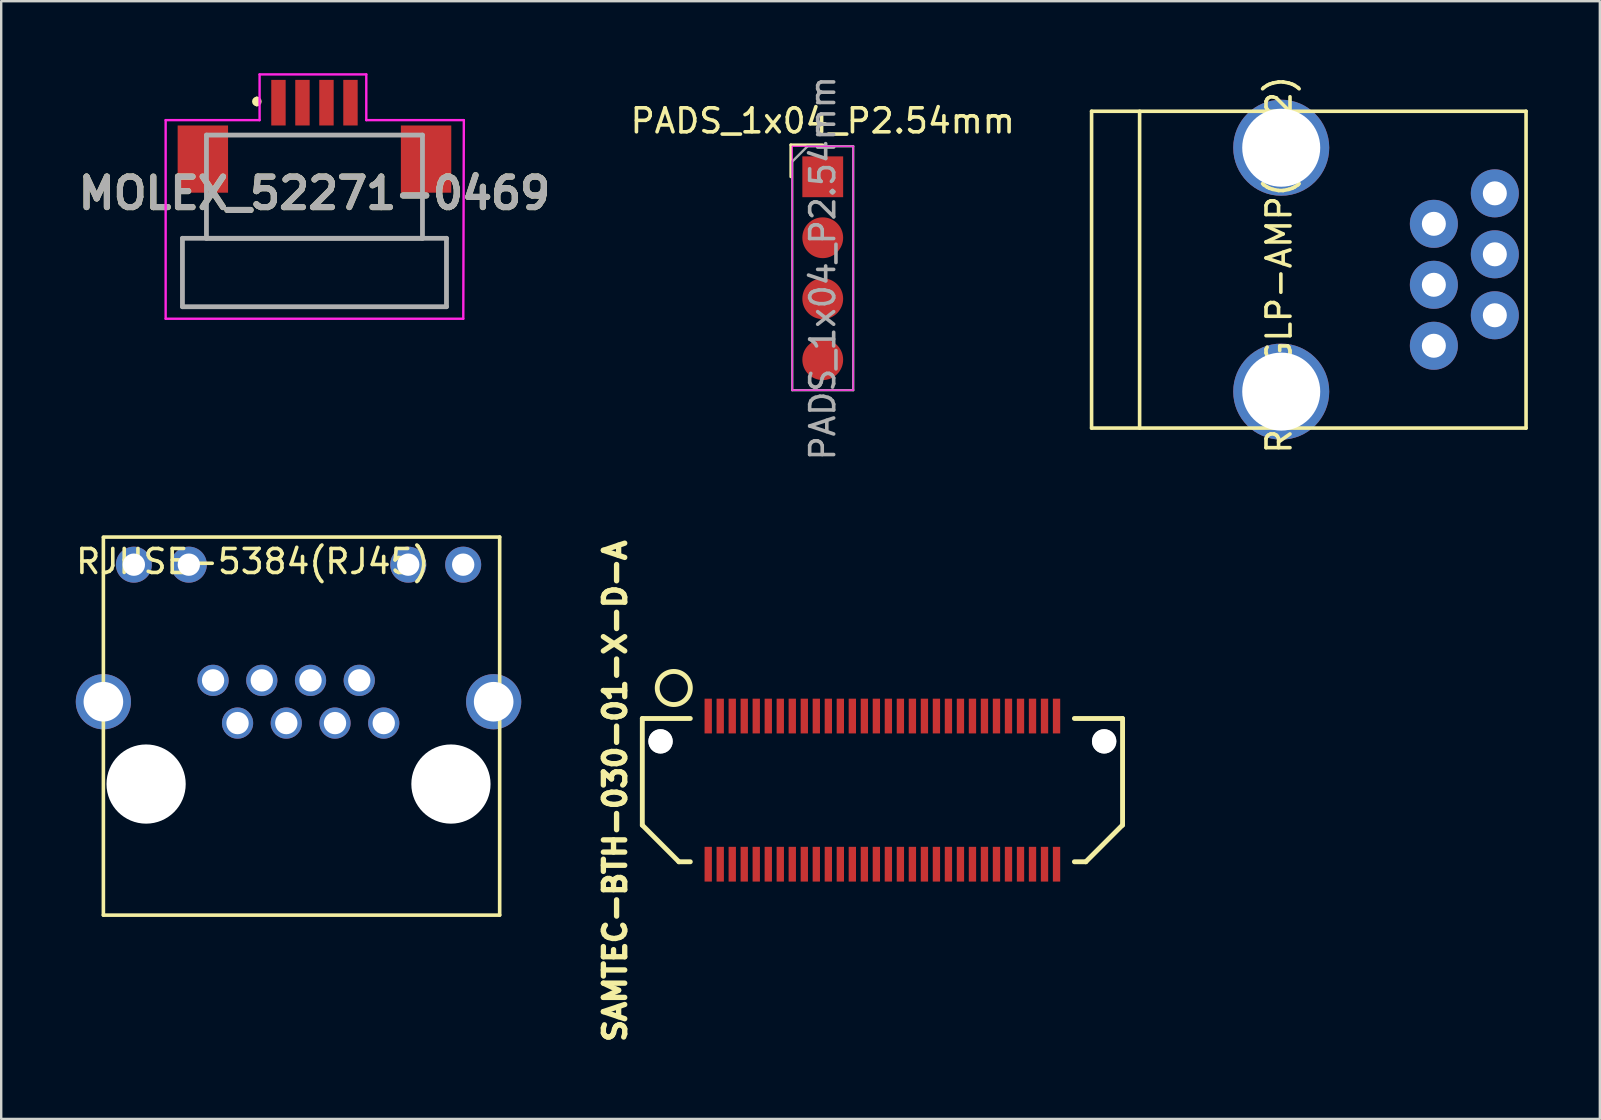
<source format=kicad_pcb>
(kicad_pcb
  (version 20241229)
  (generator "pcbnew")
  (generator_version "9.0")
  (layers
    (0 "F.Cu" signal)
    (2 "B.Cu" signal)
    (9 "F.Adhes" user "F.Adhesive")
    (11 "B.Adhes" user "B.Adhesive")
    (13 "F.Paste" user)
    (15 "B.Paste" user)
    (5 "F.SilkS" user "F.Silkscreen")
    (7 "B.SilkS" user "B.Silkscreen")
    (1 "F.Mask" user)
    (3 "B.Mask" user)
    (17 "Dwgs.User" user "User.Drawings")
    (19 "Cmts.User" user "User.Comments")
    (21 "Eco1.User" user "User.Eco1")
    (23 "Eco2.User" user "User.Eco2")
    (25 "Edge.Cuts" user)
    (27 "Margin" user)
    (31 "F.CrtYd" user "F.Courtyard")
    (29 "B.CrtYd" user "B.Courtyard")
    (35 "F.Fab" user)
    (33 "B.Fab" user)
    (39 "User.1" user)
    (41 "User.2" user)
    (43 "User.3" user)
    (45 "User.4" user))
  (footprint "SAMTEC-BTH-030-01-X-D-A"
    (layer "F.Cu")
    (at 33.71 29.868)
    (property "Reference" "SAMTEC-BTH-030-01-X-D-A" (at -11.133 0.041 90) (layer "F.SilkS") (effects (font (size 0.889 0.889) (thickness 0.305))))
    (attr smd)
    (fp_line (start -10 -2.985) (end -10 1.46) (stroke (width 0.203) (type solid)) (layer "F.SilkS"))
    (fp_line (start -10 1.46) (end -8.476 2.985) (stroke (width 0.203) (type solid)) (layer "F.SilkS"))
    (fp_line (start -8.001 -2.985) (end -10 -2.985) (stroke (width 0.203) (type solid)) (layer "F.SilkS"))
    (fp_line (start -8.001 2.985) (end -8.476 2.985) (stroke (width 0.203) (type solid)) (layer "F.SilkS"))
    (fp_line (start 8.001 -2.985) (end 10 -2.985) (stroke (width 0.203) (type solid)) (layer "F.SilkS"))
    (fp_line (start 8.001 2.985) (end 8.476 2.985) (stroke (width 0.203) (type solid)) (layer "F.SilkS"))
    (fp_line (start 10 1.46) (end 8.476 2.985) (stroke (width 0.203) (type solid)) (layer "F.SilkS"))
    (fp_line (start 10.008 -2.985) (end 10.008 1.46) (stroke (width 0.203) (type solid)) (layer "F.SilkS"))
    (fp_circle (center -8.689 -4.255) (end -9.101 -4.808) (stroke (width 0.203) (type solid)) (fill no) (layer "F.SilkS"))
    (pad "" np_thru_hole circle (at -9.241 -2.032) (size 1.016 1.016) (drill 1.016) (layers "*.Cu" "*.Mask" "Dwgs.User"))
    (pad "" np_thru_hole circle (at 9.241 -2.032) (size 1.016 1.016) (drill 1.016) (layers "*.Cu" "*.Mask" "Dwgs.User"))
    (pad "1" smd rect (at -7.254 -3.086 180) (size 0.305 1.448) (layers "F.Cu" "F.Mask" "F.Paste"))
    (pad "2" smd rect (at -7.254 3.086) (size 0.305 1.448) (layers "F.Cu" "F.Mask" "F.Paste"))
    (pad "3" smd rect (at -6.754 -3.086 180) (size 0.305 1.448) (layers "F.Cu" "F.Mask" "F.Paste"))
    (pad "4" smd rect (at -6.754 3.086) (size 0.305 1.448) (layers "F.Cu" "F.Mask" "F.Paste"))
    (pad "5" smd rect (at -6.253 -3.086 180) (size 0.305 1.448) (layers "F.Cu" "F.Mask" "F.Paste"))
    (pad "6" smd rect (at -6.253 3.086) (size 0.305 1.448) (layers "F.Cu" "F.Mask" "F.Paste"))
    (pad "7" smd rect (at -5.753 -3.086 180) (size 0.305 1.448) (layers "F.Cu" "F.Mask" "F.Paste"))
    (pad "8" smd rect (at -5.753 3.086) (size 0.305 1.448) (layers "F.Cu" "F.Mask" "F.Paste"))
    (pad "9" smd rect (at -5.253 -3.086 180) (size 0.305 1.448) (layers "F.Cu" "F.Mask" "F.Paste"))
    (pad "10" smd rect (at -5.253 3.086) (size 0.305 1.448) (layers "F.Cu" "F.Mask" "F.Paste"))
    (pad "11" smd rect (at -4.752 -3.086 180) (size 0.305 1.448) (layers "F.Cu" "F.Mask" "F.Paste"))
    (pad "12" smd rect (at -4.752 3.086) (size 0.305 1.448) (layers "F.Cu" "F.Mask" "F.Paste"))
    (pad "13" smd rect (at -4.252 -3.086 180) (size 0.305 1.448) (layers "F.Cu" "F.Mask" "F.Paste"))
    (pad "14" smd rect (at -4.252 3.086) (size 0.305 1.448) (layers "F.Cu" "F.Mask" "F.Paste"))
    (pad "15" smd rect (at -3.752 -3.086 180) (size 0.305 1.448) (layers "F.Cu" "F.Mask" "F.Paste"))
    (pad "16" smd rect (at -3.752 3.086) (size 0.305 1.448) (layers "F.Cu" "F.Mask" "F.Paste"))
    (pad "17" smd rect (at -3.251 -3.086 180) (size 0.305 1.448) (layers "F.Cu" "F.Mask" "F.Paste"))
    (pad "18" smd rect (at -3.251 3.086) (size 0.305 1.448) (layers "F.Cu" "F.Mask" "F.Paste"))
    (pad "19" smd rect (at -2.751 -3.086 180) (size 0.305 1.448) (layers "F.Cu" "F.Mask" "F.Paste"))
    (pad "20" smd rect (at -2.751 3.086) (size 0.305 1.448) (layers "F.Cu" "F.Mask" "F.Paste"))
    (pad "21" smd rect (at -2.25 -3.086 180) (size 0.305 1.448) (layers "F.Cu" "F.Mask" "F.Paste"))
    (pad "22" smd rect (at -2.25 3.086) (size 0.305 1.448) (layers "F.Cu" "F.Mask" "F.Paste"))
    (pad "23" smd rect (at -1.75 -3.086 180) (size 0.305 1.448) (layers "F.Cu" "F.Mask" "F.Paste"))
    (pad "24" smd rect (at -1.75 3.086) (size 0.305 1.448) (layers "F.Cu" "F.Mask" "F.Paste"))
    (pad "25" smd rect (at -1.25 -3.086 180) (size 0.305 1.448) (layers "F.Cu" "F.Mask" "F.Paste"))
    (pad "26" smd rect (at -1.25 3.086) (size 0.305 1.448) (layers "F.Cu" "F.Mask" "F.Paste"))
    (pad "27" smd rect (at -0.749 -3.086 180) (size 0.305 1.448) (layers "F.Cu" "F.Mask" "F.Paste"))
    (pad "28" smd rect (at -0.749 3.086) (size 0.305 1.448) (layers "F.Cu" "F.Mask" "F.Paste"))
    (pad "29" smd rect (at -0.249 -3.086 180) (size 0.305 1.448) (layers "F.Cu" "F.Mask" "F.Paste"))
    (pad "30" smd rect (at -0.249 3.086) (size 0.305 1.448) (layers "F.Cu" "F.Mask" "F.Paste"))
    (pad "31" smd rect (at 0.251 -3.086 180) (size 0.305 1.448) (layers "F.Cu" "F.Mask" "F.Paste"))
    (pad "32" smd rect (at 0.251 3.086) (size 0.305 1.448) (layers "F.Cu" "F.Mask" "F.Paste"))
    (pad "33" smd rect (at 0.752 -3.086 180) (size 0.305 1.448) (layers "F.Cu" "F.Mask" "F.Paste"))
    (pad "34" smd rect (at 0.752 3.086) (size 0.305 1.448) (layers "F.Cu" "F.Mask" "F.Paste"))
    (pad "35" smd rect (at 1.252 -3.086 180) (size 0.305 1.448) (layers "F.Cu" "F.Mask" "F.Paste"))
    (pad "36" smd rect (at 1.252 3.086) (size 0.305 1.448) (layers "F.Cu" "F.Mask" "F.Paste"))
    (pad "37" smd rect (at 1.753 -3.086 180) (size 0.305 1.448) (layers "F.Cu" "F.Mask" "F.Paste"))
    (pad "38" smd rect (at 1.753 3.086) (size 0.305 1.448) (layers "F.Cu" "F.Mask" "F.Paste"))
    (pad "39" smd rect (at 2.253 -3.086 180) (size 0.305 1.448) (layers "F.Cu" "F.Mask" "F.Paste"))
    (pad "40" smd rect (at 2.253 3.086) (size 0.305 1.448) (layers "F.Cu" "F.Mask" "F.Paste"))
    (pad "41" smd rect (at 2.753 -3.086 180) (size 0.305 1.448) (layers "F.Cu" "F.Mask" "F.Paste"))
    (pad "42" smd rect (at 2.753 3.086) (size 0.305 1.448) (layers "F.Cu" "F.Mask" "F.Paste"))
    (pad "43" smd rect (at 3.254 -3.086 180) (size 0.305 1.448) (layers "F.Cu" "F.Mask" "F.Paste"))
    (pad "44" smd rect (at 3.254 3.086) (size 0.305 1.448) (layers "F.Cu" "F.Mask" "F.Paste"))
    (pad "45" smd rect (at 3.754 -3.086 180) (size 0.305 1.448) (layers "F.Cu" "F.Mask" "F.Paste"))
    (pad "46" smd rect (at 3.754 3.086) (size 0.305 1.448) (layers "F.Cu" "F.Mask" "F.Paste"))
    (pad "47" smd rect (at 4.254 -3.086 180) (size 0.305 1.448) (layers "F.Cu" "F.Mask" "F.Paste"))
    (pad "48" smd rect (at 4.254 3.086) (size 0.305 1.448) (layers "F.Cu" "F.Mask" "F.Paste"))
    (pad "49" smd rect (at 4.755 -3.086 180) (size 0.305 1.448) (layers "F.Cu" "F.Mask" "F.Paste"))
    (pad "50" smd rect (at 4.755 3.086) (size 0.305 1.448) (layers "F.Cu" "F.Mask" "F.Paste"))
    (pad "51" smd rect (at 5.255 -3.086 180) (size 0.305 1.448) (layers "F.Cu" "F.Mask" "F.Paste"))
    (pad "52" smd rect (at 5.255 3.086) (size 0.305 1.448) (layers "F.Cu" "F.Mask" "F.Paste"))
    (pad "53" smd rect (at 5.756 -3.086 180) (size 0.305 1.448) (layers "F.Cu" "F.Mask" "F.Paste"))
    (pad "54" smd rect (at 5.756 3.086) (size 0.305 1.448) (layers "F.Cu" "F.Mask" "F.Paste"))
    (pad "55" smd rect (at 6.256 -3.086 180) (size 0.305 1.448) (layers "F.Cu" "F.Mask" "F.Paste"))
    (pad "56" smd rect (at 6.256 3.086) (size 0.305 1.448) (layers "F.Cu" "F.Mask" "F.Paste"))
    (pad "57" smd rect (at 6.756 -3.086 180) (size 0.305 1.448) (layers "F.Cu" "F.Mask" "F.Paste"))
    (pad "58" smd rect (at 6.756 3.086) (size 0.305 1.448) (layers "F.Cu" "F.Mask" "F.Paste"))
    (pad "59" smd rect (at 7.257 -3.086 180) (size 0.305 1.448) (layers "F.Cu" "F.Mask" "F.Paste"))
    (pad "60" smd rect (at 7.257 3.086) (size 0.305 1.448) (layers "F.Cu" "F.Mask" "F.Paste")))
  (footprint "RJ12GLP-AMP(RJ12)"
    (layer "F.Cu")
    (at 51.915 7.728)
    (property "Reference" "RJ12GLP-AMP(RJ12)" (at -1.676 0.254 270) (layer "F.SilkS") (effects (font (size 1 1) (thickness 0.15))))
    (attr through_hole)
    (fp_line (start -9.488 -6.143) (end -9.488 7.057) (stroke (width 0.15) (type solid)) (layer "F.SilkS"))
    (fp_line (start -9.488 -6.143) (end 8.613 -6.143) (stroke (width 0.15) (type solid)) (layer "F.SilkS"))
    (fp_line (start -9.488 7.057) (end 8.613 7.057) (stroke (width 0.15) (type solid)) (layer "F.SilkS"))
    (fp_line (start -7.487 -6.143) (end -7.487 7.057) (stroke (width 0.15) (type solid)) (layer "F.SilkS"))
    (fp_line (start 8.613 -6.143) (end 8.613 7.057) (stroke (width 0.15) (type solid)) (layer "F.SilkS"))
    (pad "1" thru_hole circle (at 7.312 -2.723 180) (size 2 2) (drill 1) (layers "*.Cu" "*.Mask"))
    (pad "2" thru_hole circle (at 4.772 -1.453 180) (size 2 2) (drill 1) (layers "*.Cu" "*.Mask"))
    (pad "3" thru_hole circle (at 7.312 -0.183 180) (size 2 2) (drill 1) (layers "*.Cu" "*.Mask"))
    (pad "4" thru_hole circle (at 4.772 1.087 180) (size 2 2) (drill 1) (layers "*.Cu" "*.Mask"))
    (pad "5" thru_hole circle (at 7.312 2.357 180) (size 2 2) (drill 1) (layers "*.Cu" "*.Mask"))
    (pad "6" thru_hole circle (at 4.772 3.627 180) (size 2 2) (drill 1) (layers "*.Cu" "*.Mask"))
    (pad "7" thru_hole circle (at -1.587 -4.623 180) (size 4 4) (drill 3.25) (layers "*.Cu" "*.Mask"))
    (pad "8" thru_hole circle (at -1.587 5.537 180) (size 4 4) (drill 3.25) (layers "*.Cu" "*.Mask")))
  (footprint "MOLEX_52271-0469"
    (layer "F.Cu")
    (at 10.051 5.003)
    (property "Reference" "MOLEX_52271-0469" (at 0 0 0) (layer "F.SilkS") (effects (font (size 1.27 1.27) (thickness 0.254))))
    (attr smd allow_missing_courtyard)
    (fp_line (start -4.5 0.575) (end -4.5 1.875) (stroke (width 0.1) (type solid)) (layer "F.SilkS"))
    (fp_line (start -4.5 1.875) (end 4.5 1.875) (stroke (width 0.1) (type solid)) (layer "F.SilkS"))
    (fp_line (start -3 -2.425) (end 3 -2.425) (stroke (width 0.1) (type solid)) (layer "F.SilkS"))
    (fp_line (start -2.4 -3.925) (end -2.4 -3.925) (stroke (width 0.2) (type solid)) (layer "F.SilkS"))
    (fp_line (start -2.4 -3.725) (end -2.4 -3.725) (stroke (width 0.2) (type solid)) (layer "F.SilkS"))
    (fp_line (start 4.5 1.875) (end 4.5 0.575) (stroke (width 0.1) (type solid)) (layer "F.SilkS"))
    (fp_arc (start -2.4 -3.925) (mid -2.3 -3.825) (end -2.4 -3.725) (stroke (width 0.2) (type solid)) (layer "F.SilkS"))
    (fp_arc (start -2.4 -3.725) (mid -2.5 -3.825) (end -2.4 -3.925) (stroke (width 0.2) (type solid)) (layer "F.SilkS"))
    (fp_line (start -6.2 -3.048) (end -2.286 -3.048) (stroke (width 0.1) (type default)) (layer "F.CrtYd"))
    (fp_line (start -6.2 5.225) (end -6.2 -3.048) (stroke (width 0.1) (type solid)) (layer "F.CrtYd"))
    (fp_line (start -2.286 -4.953) (end 2.159 -4.953) (stroke (width 0.1) (type solid)) (layer "F.CrtYd"))
    (fp_line (start -2.286 -3.048) (end -2.286 -4.953) (stroke (width 0.1) (type default)) (layer "F.CrtYd"))
    (fp_line (start 2.159 -3.048) (end 2.159 -4.953) (stroke (width 0.1) (type default)) (layer "F.CrtYd"))
    (fp_line (start 6.2 5.225) (end -6.2 5.225) (stroke (width 0.1) (type solid)) (layer "F.CrtYd"))
    (fp_line (start 6.223 -3.048) (end 2.159 -3.048) (stroke (width 0.1) (type default)) (layer "F.CrtYd"))
    (fp_line (start 6.223 -3.048) (end 6.2 5.225) (stroke (width 0.1) (type solid)) (layer "F.CrtYd"))
    (fp_line (start -5.5 1.875) (end 5.5 1.875) (stroke (width 0.2) (type solid)) (layer "F.Fab"))
    (fp_line (start -5.5 4.725) (end -5.5 1.875) (stroke (width 0.2) (type solid)) (layer "F.Fab"))
    (fp_line (start -4.5 -2.425) (end 4.5 -2.425) (stroke (width 0.2) (type solid)) (layer "F.Fab"))
    (fp_line (start -4.5 1.875) (end -4.5 -2.425) (stroke (width 0.2) (type solid)) (layer "F.Fab"))
    (fp_line (start 4.5 -2.425) (end 4.5 1.875) (stroke (width 0.2) (type solid)) (layer "F.Fab"))
    (fp_line (start 4.5 1.875) (end -4.5 1.875) (stroke (width 0.2) (type solid)) (layer "F.Fab"))
    (fp_line (start 5.5 1.875) (end 5.5 4.725) (stroke (width 0.2) (type solid)) (layer "F.Fab"))
    (fp_line (start 5.5 4.725) (end -5.5 4.725) (stroke (width 0.2) (type solid)) (layer "F.Fab"))
    (fp_text user "${REFERENCE}" (at 0 0 0) (layer "F.Fab") (effects (font (size 1.27 1.27) (thickness 0.254))))
    (pad "1" smd rect (at -1.5 -3.775) (size 0.6 1.9) (layers "F.Cu" "F.Mask" "F.Paste"))
    (pad "2" smd rect (at -0.5 -3.775) (size 0.6 1.9) (layers "F.Cu" "F.Mask" "F.Paste"))
    (pad "3" smd rect (at 0.5 -3.775) (size 0.6 1.9) (layers "F.Cu" "F.Mask" "F.Paste"))
    (pad "4" smd rect (at 1.5 -3.775) (size 0.6 1.9) (layers "F.Cu" "F.Mask" "F.Paste"))
    (pad "MP1" smd rect (at -4.65 -1.425) (size 2.1 2.8) (layers "F.Cu" "F.Mask" "F.Paste"))
    (pad "MP2" smd rect (at 4.65 -1.425) (size 2.1 2.8) (layers "F.Cu" "F.Mask" "F.Paste")))
  (footprint "RJHSE-5384(RJ45)"
    (layer "F.Cu")
    (at 3.037 29.615)
    (property "Reference" "RJHSE-5384(RJ45)" (at 4.445 -9.271 0) (layer "F.SilkS") (effects (font (size 1 1) (thickness 0.15))))
    (attr through_hole)
    (fp_line (start -1.78 -10.27) (end -1.78 5.46) (stroke (width 0.15) (type solid)) (layer "F.SilkS"))
    (fp_line (start -1.78 5.46) (end 14.73 5.46) (stroke (width 0.15) (type solid)) (layer "F.SilkS"))
    (fp_line (start 14.73 -10.29) (end -1.78 -10.29) (stroke (width 0.15) (type solid)) (layer "F.SilkS"))
    (fp_line (start 14.73 5.46) (end 14.73 -10.29) (stroke (width 0.15) (type solid)) (layer "F.SilkS"))
    (pad "" np_thru_hole circle (at 0 0) (size 3.3 3.3) (drill 3.3) (layers "*.Cu" "*.Mask"))
    (pad "" np_thru_hole circle (at 12.7 0) (size 3.3 3.3) (drill 3.3) (layers "*.Cu" "*.Mask"))
    (pad "1" thru_hole circle (at 9.9 -2.54) (size 1.3 1.3) (drill 0.93) (layers "*.Cu" "*.Mask"))
    (pad "2" thru_hole circle (at 8.88 -4.32) (size 1.3 1.3) (drill 0.93) (layers "*.Cu" "*.Mask"))
    (pad "3" thru_hole circle (at 7.87 -2.54) (size 1.3 1.3) (drill 0.93) (layers "*.Cu" "*.Mask"))
    (pad "4" thru_hole circle (at 6.85 -4.32) (size 1.3 1.3) (drill 0.93) (layers "*.Cu" "*.Mask"))
    (pad "5" thru_hole circle (at 5.84 -2.54) (size 1.3 1.3) (drill 0.93) (layers "*.Cu" "*.Mask"))
    (pad "6" thru_hole circle (at 4.82 -4.32) (size 1.3 1.3) (drill 0.93) (layers "*.Cu" "*.Mask"))
    (pad "7" thru_hole circle (at 3.81 -2.54) (size 1.3 1.3) (drill 0.93) (layers "*.Cu" "*.Mask"))
    (pad "8" thru_hole circle (at 2.79 -4.32) (size 1.3 1.3) (drill 0.93) (layers "*.Cu" "*.Mask"))
    (pad "9" thru_hole circle (at 13.21 -9.14) (size 1.5 1.5) (drill 0.93) (layers "*.Cu" "*.Mask"))
    (pad "10" thru_hole circle (at 10.92 -9.14) (size 1.5 1.5) (drill 0.93) (layers "*.Cu" "*.Mask"))
    (pad "11" thru_hole circle (at 1.78 -9.14) (size 1.5 1.5) (drill 0.93) (layers "*.Cu" "*.Mask"))
    (pad "12" thru_hole circle (at -0.51 -9.14) (size 1.5 1.5) (drill 0.93) (layers "*.Cu" "*.Mask"))
    (pad "13" thru_hole circle (at -1.78 -3.43) (size 2.3 2.3) (drill 1.65) (layers "*.Cu" "*.Mask"))
    (pad "14" thru_hole circle (at 14.48 -3.43) (size 2.3 2.3) (drill 1.65) (layers "*.Cu" "*.Mask")))
  (footprint "PADS_1x04_P2.54mm"
    (layer "F.Cu")
    (at 31.227 4.315)
    (property "Reference" "PADS_1x04_P2.54mm" (at 0 -2.33 180) (layer "F.SilkS") (effects (font (size 1 1) (thickness 0.15))))
    (attr through_hole)
    (fp_line (start -1.33 -1.33) (end 0 -1.33) (stroke (width 0.12) (type solid)) (layer "F.SilkS"))
    (fp_line (start -1.33 0) (end -1.33 -1.33) (stroke (width 0.12) (type solid)) (layer "F.SilkS"))
    (fp_line (start -1.27 -1.27) (end -1.27 8.89) (stroke (width 0.05) (type solid)) (layer "F.CrtYd"))
    (fp_line (start -1.27 8.89) (end 1.27 8.89) (stroke (width 0.05) (type solid)) (layer "F.CrtYd"))
    (fp_line (start 1.27 -1.27) (end -1.27 -1.27) (stroke (width 0.05) (type solid)) (layer "F.CrtYd"))
    (fp_line (start 1.27 8.89) (end 1.27 -1.27) (stroke (width 0.05) (type solid)) (layer "F.CrtYd"))
    (fp_line (start -1.27 -0.635) (end -0.635 -1.27) (stroke (width 0.1) (type solid)) (layer "F.Fab"))
    (fp_line (start -1.27 8.89) (end -1.27 -0.635) (stroke (width 0.1) (type solid)) (layer "F.Fab"))
    (fp_line (start -0.635 -1.27) (end 1.27 -1.27) (stroke (width 0.1) (type solid)) (layer "F.Fab"))
    (fp_line (start 1.27 -1.27) (end 1.27 8.89) (stroke (width 0.1) (type solid)) (layer "F.Fab"))
    (fp_line (start 1.27 8.89) (end -1.27 8.89) (stroke (width 0.1) (type solid)) (layer "F.Fab"))
    (fp_text user "${REFERENCE}" (at 0 3.81 270) (layer "F.Fab") (effects (font (size 1 1) (thickness 0.15))))
    (pad "1" smd rect (at 0 0) (size 1.7 1.7) (layers "F.Cu" "F.Mask" "F.Paste"))
    (pad "2" smd oval (at 0 2.54) (size 1.7 1.7) (layers "F.Cu" "F.Mask" "F.Paste"))
    (pad "3" smd oval (at 0 5.08) (size 1.7 1.7) (layers "F.Cu" "F.Mask" "F.Paste"))
    (pad "4" smd oval (at 0 7.62) (size 1.7 1.7) (layers "F.Cu" "F.Mask" "F.Paste")))
  (gr_rect
    (start -3 -3)
    (end 63.602 43.567)
    (stroke (width 0.1) (type default))
    (fill no)
    (layer "Edge.Cuts")))
</source>
